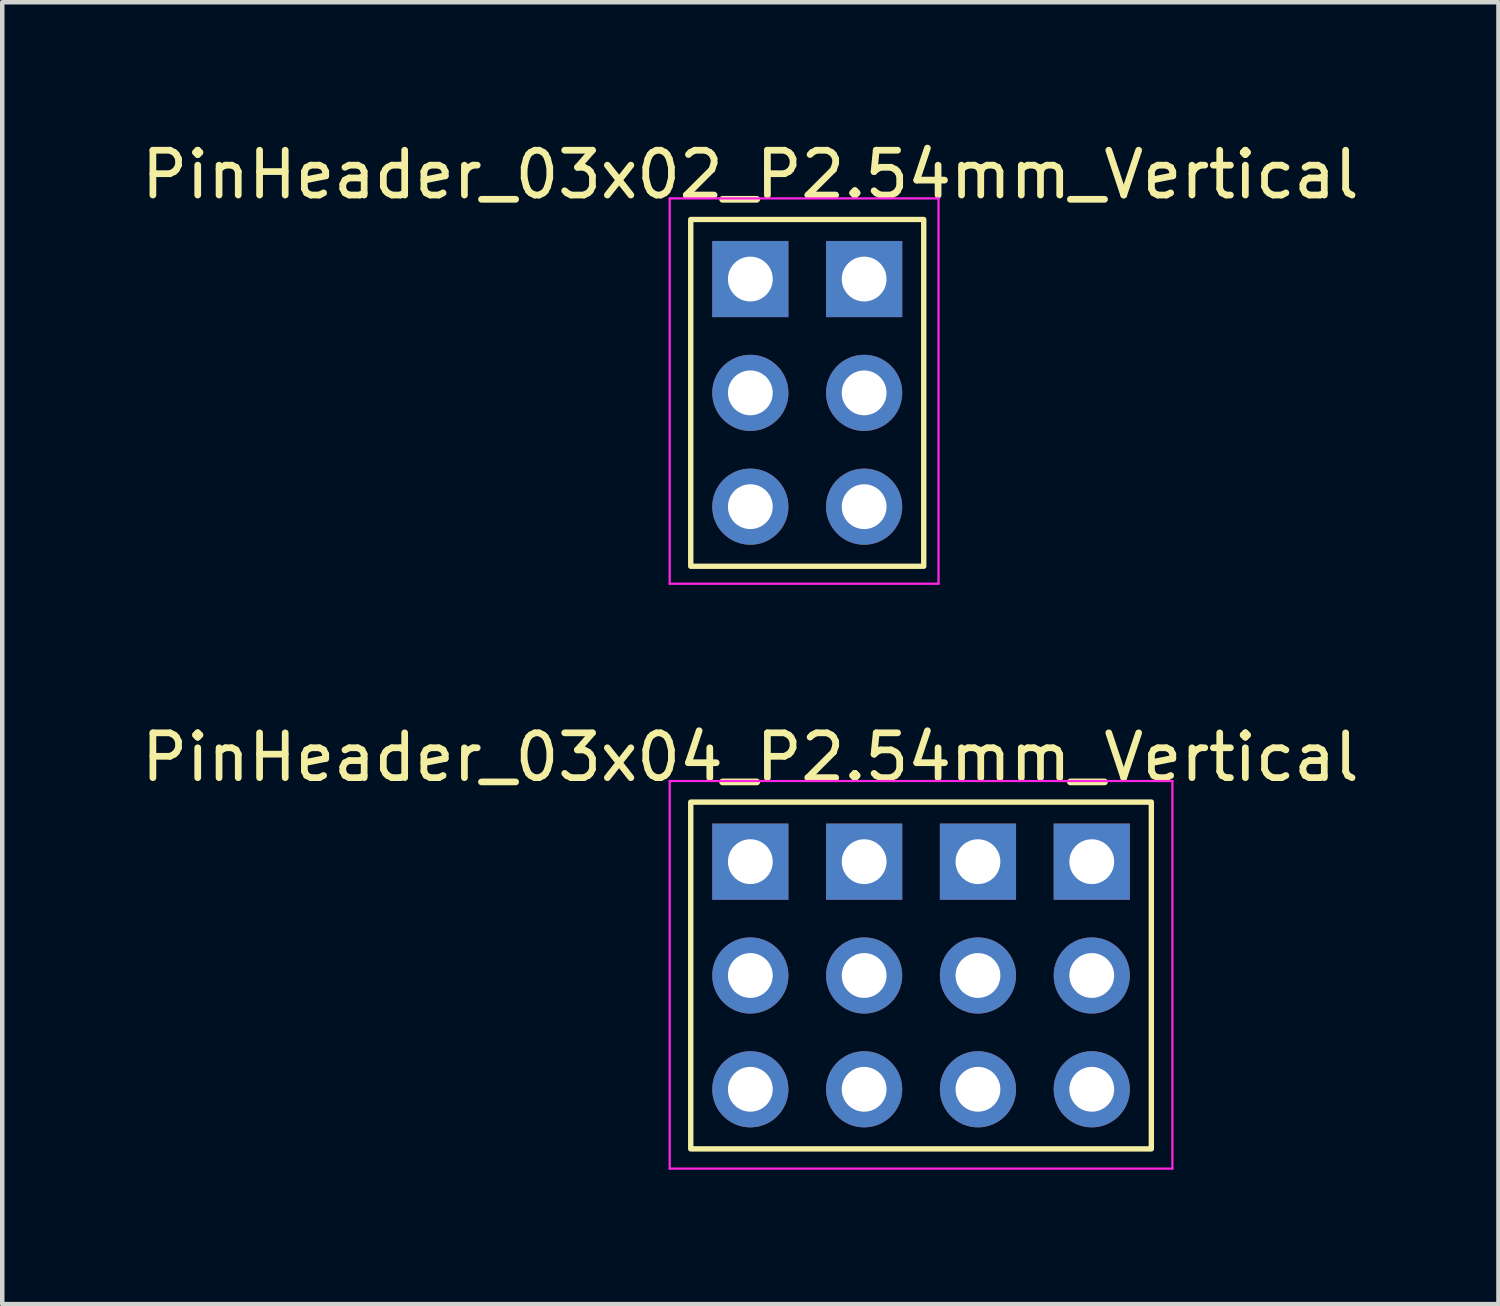
<source format=kicad_pcb>
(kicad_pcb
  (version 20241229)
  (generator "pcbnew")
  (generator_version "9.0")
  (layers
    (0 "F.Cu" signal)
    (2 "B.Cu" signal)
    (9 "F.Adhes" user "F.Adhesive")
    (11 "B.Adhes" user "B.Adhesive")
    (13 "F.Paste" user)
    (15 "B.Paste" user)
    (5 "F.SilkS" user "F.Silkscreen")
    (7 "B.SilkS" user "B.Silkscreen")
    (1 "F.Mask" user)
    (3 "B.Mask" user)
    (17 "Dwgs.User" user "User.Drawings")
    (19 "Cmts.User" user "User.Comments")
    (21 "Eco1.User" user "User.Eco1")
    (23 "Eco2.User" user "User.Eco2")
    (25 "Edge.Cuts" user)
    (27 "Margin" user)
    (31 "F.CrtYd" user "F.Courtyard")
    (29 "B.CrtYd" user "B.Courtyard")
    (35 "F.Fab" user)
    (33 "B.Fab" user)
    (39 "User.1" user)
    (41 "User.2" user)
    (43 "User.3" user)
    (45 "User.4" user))
  (footprint "PinHeader_03x04_P2.54mm_Vertical"
    (layer "F.Cu")
    (at 13.696 16.181)
    (property "Reference" "PinHeader_03x04_P2.54mm_Vertical" (at 0 -2.33 0) (layer "F.SilkS") (effects (font (size 1 1) (thickness 0.15))))
    (attr through_hole)
    (fp_rect (start -1.33 -1.33) (end 8.95 6.41) (stroke (width 0.12) (type solid)) (fill no) (layer "F.SilkS"))
    (fp_line (start -1.8 -1.8) (end -1.8 6.85) (stroke (width 0.05) (type solid)) (layer "F.CrtYd"))
    (fp_line (start -1.8 6.85) (end 9.42 6.85) (stroke (width 0.05) (type solid)) (layer "F.CrtYd"))
    (fp_line (start 9.42 -1.8) (end -1.8 -1.8) (stroke (width 0.05) (type solid)) (layer "F.CrtYd"))
    (fp_line (start 9.42 6.85) (end 9.42 -1.8) (stroke (width 0.05) (type solid)) (layer "F.CrtYd"))
    (pad "1" thru_hole rect (at 0 0) (size 1.7 1.7) (drill 1) (layers "*.Cu" "*.Mask"))
    (pad "1" thru_hole rect (at 2.54 0) (size 1.7 1.7) (drill 1) (layers "*.Cu" "*.Mask"))
    (pad "1" thru_hole rect (at 5.08 0) (size 1.7 1.7) (drill 1) (layers "*.Cu" "*.Mask"))
    (pad "1" thru_hole rect (at 7.62 0) (size 1.7 1.7) (drill 1) (layers "*.Cu" "*.Mask"))
    (pad "2" thru_hole oval (at 0 2.54) (size 1.7 1.7) (drill 1) (layers "*.Cu" "*.Mask"))
    (pad "2" thru_hole oval (at 2.54 2.54) (size 1.7 1.7) (drill 1) (layers "*.Cu" "*.Mask"))
    (pad "2" thru_hole oval (at 5.08 2.54) (size 1.7 1.7) (drill 1) (layers "*.Cu" "*.Mask"))
    (pad "2" thru_hole oval (at 7.62 2.54) (size 1.7 1.7) (drill 1) (layers "*.Cu" "*.Mask"))
    (pad "3" thru_hole oval (at 0 5.08) (size 1.7 1.7) (drill 1) (layers "*.Cu" "*.Mask"))
    (pad "3" thru_hole oval (at 2.54 5.08) (size 1.7 1.7) (drill 1) (layers "*.Cu" "*.Mask"))
    (pad "3" thru_hole oval (at 5.08 5.08) (size 1.7 1.7) (drill 1) (layers "*.Cu" "*.Mask"))
    (pad "3" thru_hole oval (at 7.62 5.08) (size 1.7 1.7) (drill 1) (layers "*.Cu" "*.Mask")))
  (footprint "PinHeader_03x02_P2.54mm_Vertical"
    (layer "F.Cu")
    (at 13.696 3.178)
    (property "Reference" "PinHeader_03x02_P2.54mm_Vertical" (at 0 -2.33 0) (layer "F.SilkS") (effects (font (size 1 1) (thickness 0.15))))
    (attr through_hole)
    (fp_rect (start -1.33 -1.33) (end 3.87 6.41) (stroke (width 0.12) (type solid)) (fill no) (layer "F.SilkS"))
    (fp_line (start -1.8 -1.8) (end -1.8 6.8) (stroke (width 0.05) (type solid)) (layer "F.CrtYd"))
    (fp_line (start -1.8 6.8) (end 4.2 6.8) (stroke (width 0.05) (type solid)) (layer "F.CrtYd"))
    (fp_line (start 4.2 -1.8) (end -1.8 -1.8) (stroke (width 0.05) (type solid)) (layer "F.CrtYd"))
    (fp_line (start 4.2 6.8) (end 4.2 -1.8) (stroke (width 0.05) (type solid)) (layer "F.CrtYd"))
    (pad "1" thru_hole rect (at 0 0) (size 1.7 1.7) (drill 1) (layers "*.Cu" "*.Mask"))
    (pad "1" thru_hole rect (at 2.54 0) (size 1.7 1.7) (drill 1) (layers "*.Cu" "*.Mask"))
    (pad "2" thru_hole oval (at 0 2.54) (size 1.7 1.7) (drill 1) (layers "*.Cu" "*.Mask"))
    (pad "2" thru_hole oval (at 2.54 2.54) (size 1.7 1.7) (drill 1) (layers "*.Cu" "*.Mask"))
    (pad "3" thru_hole oval (at 0 5.08) (size 1.7 1.7) (drill 1) (layers "*.Cu" "*.Mask"))
    (pad "3" thru_hole oval (at 2.54 5.08) (size 1.7 1.7) (drill 1) (layers "*.Cu" "*.Mask")))
  (gr_rect
    (start -3 -3)
    (end 30.393 26.056)
    (stroke (width 0.1) (type default))
    (fill no)
    (layer "Edge.Cuts")))
</source>
